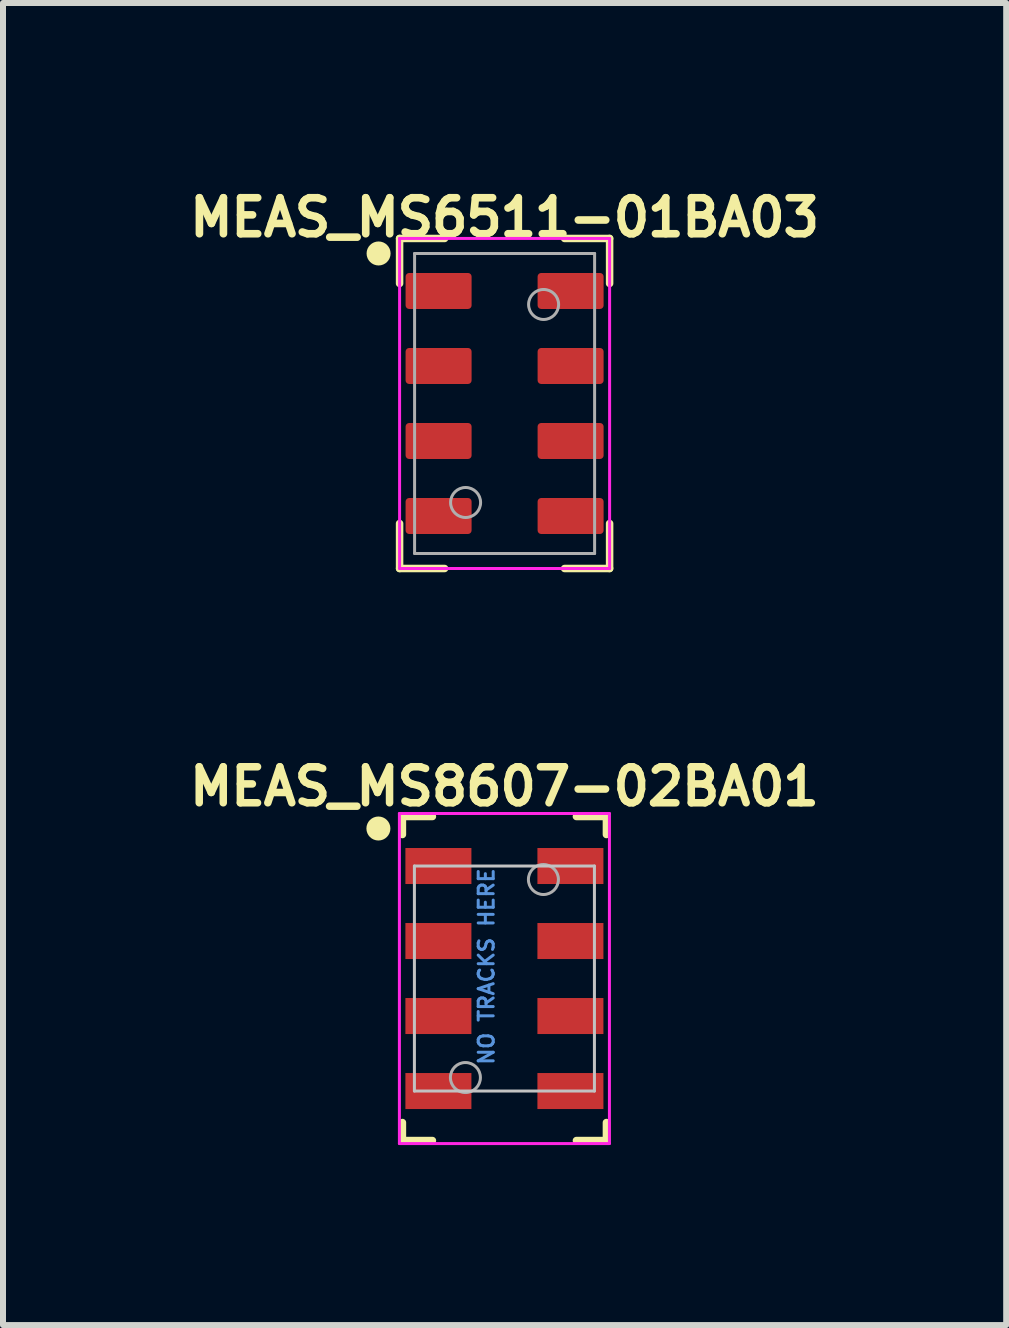
<source format=kicad_pcb>
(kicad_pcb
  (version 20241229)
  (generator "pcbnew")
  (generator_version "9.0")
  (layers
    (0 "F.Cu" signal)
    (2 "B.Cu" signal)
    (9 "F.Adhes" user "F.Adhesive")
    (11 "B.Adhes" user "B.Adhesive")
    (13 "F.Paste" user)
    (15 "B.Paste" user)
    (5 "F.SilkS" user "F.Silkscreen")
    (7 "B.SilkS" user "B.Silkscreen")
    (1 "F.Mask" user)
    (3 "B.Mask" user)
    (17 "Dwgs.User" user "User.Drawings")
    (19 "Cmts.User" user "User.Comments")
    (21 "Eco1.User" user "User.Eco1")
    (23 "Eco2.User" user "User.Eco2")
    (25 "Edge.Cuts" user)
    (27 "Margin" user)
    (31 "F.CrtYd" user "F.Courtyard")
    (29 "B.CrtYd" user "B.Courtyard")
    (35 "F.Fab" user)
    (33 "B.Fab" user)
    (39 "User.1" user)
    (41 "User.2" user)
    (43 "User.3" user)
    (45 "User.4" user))
  (footprint "MEAS_MS6511-01BA03"
    (layer "F.Cu")
    (at 5.359 3.674)
    (property "Reference" "MEAS_MS6511-01BA03" (at 0 -3.1 0) (layer "F.SilkS") (effects (font (size 0.6 0.6) (thickness 0.127))))
    (attr smd)
    (fp_line (start -1.75 -2.75) (end -1 -2.75) (stroke (width 0.125) (type solid)) (layer "F.SilkS"))
    (fp_line (start -1.75 -2) (end -1.75 -2.75) (stroke (width 0.125) (type solid)) (layer "F.SilkS"))
    (fp_line (start -1.75 2) (end -1.75 2.75) (stroke (width 0.125) (type solid)) (layer "F.SilkS"))
    (fp_line (start -1.75 2.75) (end -1 2.75) (stroke (width 0.125) (type solid)) (layer "F.SilkS"))
    (fp_line (start 1.75 -2.75) (end 1 -2.75) (stroke (width 0.125) (type solid)) (layer "F.SilkS"))
    (fp_line (start 1.75 -2) (end 1.75 -2.75) (stroke (width 0.125) (type solid)) (layer "F.SilkS"))
    (fp_line (start 1.75 2) (end 1.75 2.75) (stroke (width 0.125) (type solid)) (layer "F.SilkS"))
    (fp_line (start 1.75 2.75) (end 1 2.75) (stroke (width 0.125) (type solid)) (layer "F.SilkS"))
    (fp_circle (center -2.1 -2.5) (end -2.1 -2.6) (stroke (width 0.2) (type solid)) (fill no) (layer "F.SilkS"))
    (fp_line (start -1.75 -2.75) (end 1.75 -2.75) (stroke (width 0.05) (type solid)) (layer "F.CrtYd"))
    (fp_line (start -1.75 2.75) (end -1.75 -2.75) (stroke (width 0.05) (type solid)) (layer "F.CrtYd"))
    (fp_line (start 1.75 -2.75) (end 1.75 2.75) (stroke (width 0.05) (type solid)) (layer "F.CrtYd"))
    (fp_line (start 1.75 2.75) (end -1.75 2.75) (stroke (width 0.05) (type solid)) (layer "F.CrtYd"))
    (fp_line (start -1.5 -2.5) (end 1.5 -2.5) (stroke (width 0.05) (type solid)) (layer "F.Fab"))
    (fp_line (start -1.5 2.5) (end -1.5 -2.5) (stroke (width 0.05) (type solid)) (layer "F.Fab"))
    (fp_line (start 1.5 -2.5) (end 1.5 2.5) (stroke (width 0.05) (type solid)) (layer "F.Fab"))
    (fp_line (start 1.5 2.5) (end -1.5 2.5) (stroke (width 0.05) (type solid)) (layer "F.Fab"))
    (fp_circle (center -0.65 1.65) (end -0.4 1.65) (stroke (width 0.05) (type solid)) (fill no) (layer "F.Fab"))
    (fp_circle (center 0.65 -1.65) (end 0.9 -1.65) (stroke (width 0.05) (type solid)) (fill no) (layer "F.Fab"))
    (pad "1" smd roundrect (at -1.1 -1.875) (size 1.1 0.6) (layers "F.Cu" "F.Mask" "F.Paste") (roundrect_rratio 0.1))
    (pad "2" smd roundrect (at -1.1 -0.625) (size 1.1 0.6) (layers "F.Cu" "F.Mask" "F.Paste") (roundrect_rratio 0.1))
    (pad "3" smd roundrect (at -1.1 0.625) (size 1.1 0.6) (layers "F.Cu" "F.Mask" "F.Paste") (roundrect_rratio 0.1))
    (pad "4" smd roundrect (at -1.1 1.875) (size 1.1 0.6) (layers "F.Cu" "F.Mask" "F.Paste") (roundrect_rratio 0.1))
    (pad "5" smd roundrect (at 1.1 1.875) (size 1.1 0.6) (layers "F.Cu" "F.Mask" "F.Paste") (roundrect_rratio 0.1))
    (pad "6" smd roundrect (at 1.1 0.625) (size 1.1 0.6) (layers "F.Cu" "F.Mask" "F.Paste") (roundrect_rratio 0.1))
    (pad "7" smd roundrect (at 1.1 -0.625) (size 1.1 0.6) (layers "F.Cu" "F.Mask" "F.Paste") (roundrect_rratio 0.1))
    (pad "8" smd roundrect (at 1.1 -1.875) (size 1.1 0.6) (layers "F.Cu" "F.Mask" "F.Paste") (roundrect_rratio 0.1)))
  (footprint "MEAS_MS8607-02BA01"
    (layer "F.Cu")
    (at 5.356 13.257)
    (property "Reference" "MEAS_MS8607-02BA01" (at 0 -3.2 0) (layer "F.SilkS") (effects (font (size 0.6 0.6) (thickness 0.125))))
    (attr smd)
    (fp_line (start -1.7 -2.7) (end -1.7 -2.4) (stroke (width 0.125) (type solid)) (layer "F.SilkS"))
    (fp_line (start -1.7 -2.7) (end -1.2 -2.7) (stroke (width 0.125) (type solid)) (layer "F.SilkS"))
    (fp_line (start -1.7 2.7) (end -1.7 2.4) (stroke (width 0.125) (type solid)) (layer "F.SilkS"))
    (fp_line (start -1.7 2.7) (end -1.2 2.7) (stroke (width 0.125) (type solid)) (layer "F.SilkS"))
    (fp_line (start 1.7 -2.7) (end 1.2 -2.7) (stroke (width 0.125) (type solid)) (layer "F.SilkS"))
    (fp_line (start 1.7 -2.7) (end 1.7 -2.4) (stroke (width 0.125) (type solid)) (layer "F.SilkS"))
    (fp_line (start 1.7 2.7) (end 1.2 2.7) (stroke (width 0.125) (type solid)) (layer "F.SilkS"))
    (fp_line (start 1.7 2.7) (end 1.7 2.4) (stroke (width 0.125) (type solid)) (layer "F.SilkS"))
    (fp_circle (center -2.1 -2.5) (end -2.2 -2.5) (stroke (width 0.2) (type solid)) (fill no) (layer "F.SilkS"))
    (fp_line (start -1.5 -1.875) (end -1.5 1.875) (stroke (width 0.05) (type solid)) (layer "Dwgs.User"))
    (fp_line (start -1.5 1.875) (end 1.5 1.875) (stroke (width 0.05) (type solid)) (layer "Dwgs.User"))
    (fp_line (start 1.5 -1.875) (end -1.5 -1.875) (stroke (width 0.05) (type solid)) (layer "Dwgs.User"))
    (fp_line (start 1.5 1.875) (end 1.5 -1.875) (stroke (width 0.05) (type solid)) (layer "Dwgs.User"))
    (fp_line (start -1.75 -2.75) (end 1.75 -2.75) (stroke (width 0.05) (type solid)) (layer "F.CrtYd"))
    (fp_line (start -1.75 2.75) (end -1.75 -2.75) (stroke (width 0.05) (type solid)) (layer "F.CrtYd"))
    (fp_line (start 1.75 -2.75) (end 1.75 2.75) (stroke (width 0.05) (type solid)) (layer "F.CrtYd"))
    (fp_line (start 1.75 2.75) (end -1.75 2.75) (stroke (width 0.05) (type solid)) (layer "F.CrtYd"))
    (fp_circle (center -0.65 1.65) (end -0.65 1.9) (stroke (width 0.05) (type solid)) (fill no) (layer "F.Fab"))
    (fp_circle (center 0.65 -1.65) (end 0.65 -1.9) (stroke (width 0.05) (type solid)) (fill no) (layer "F.Fab"))
    (fp_text user "NO TRACKS HERE" (at -0.3 -0.2 90) (layer "Cmts.User") (effects (font (size 0.25 0.25) (thickness 0.05))))
    (pad "1" smd rect (at -1.1 -1.875) (size 1.1 0.6) (layers "F.Cu" "F.Mask" "F.Paste"))
    (pad "2" smd rect (at -1.1 -0.625) (size 1.1 0.6) (layers "F.Cu" "F.Mask" "F.Paste"))
    (pad "3" smd rect (at -1.1 0.625) (size 1.1 0.6) (layers "F.Cu" "F.Mask" "F.Paste"))
    (pad "4" smd rect (at -1.1 1.875) (size 1.1 0.6) (layers "F.Cu" "F.Mask" "F.Paste"))
    (pad "5" smd rect (at 1.1 1.875) (size 1.1 0.6) (layers "F.Cu" "F.Mask" "F.Paste"))
    (pad "6" smd rect (at 1.1 0.625) (size 1.1 0.6) (layers "F.Cu" "F.Mask" "F.Paste"))
    (pad "7" smd rect (at 1.1 -0.625) (size 1.1 0.6) (layers "F.Cu" "F.Mask" "F.Paste"))
    (pad "8" smd rect (at 1.1 -1.875) (size 1.1 0.6) (layers "F.Cu" "F.Mask" "F.Paste")))
  (gr_rect
    (start -3 -3)
    (end 13.718 19.032)
    (stroke (width 0.1) (type default))
    (fill no)
    (layer "Edge.Cuts")))
</source>
